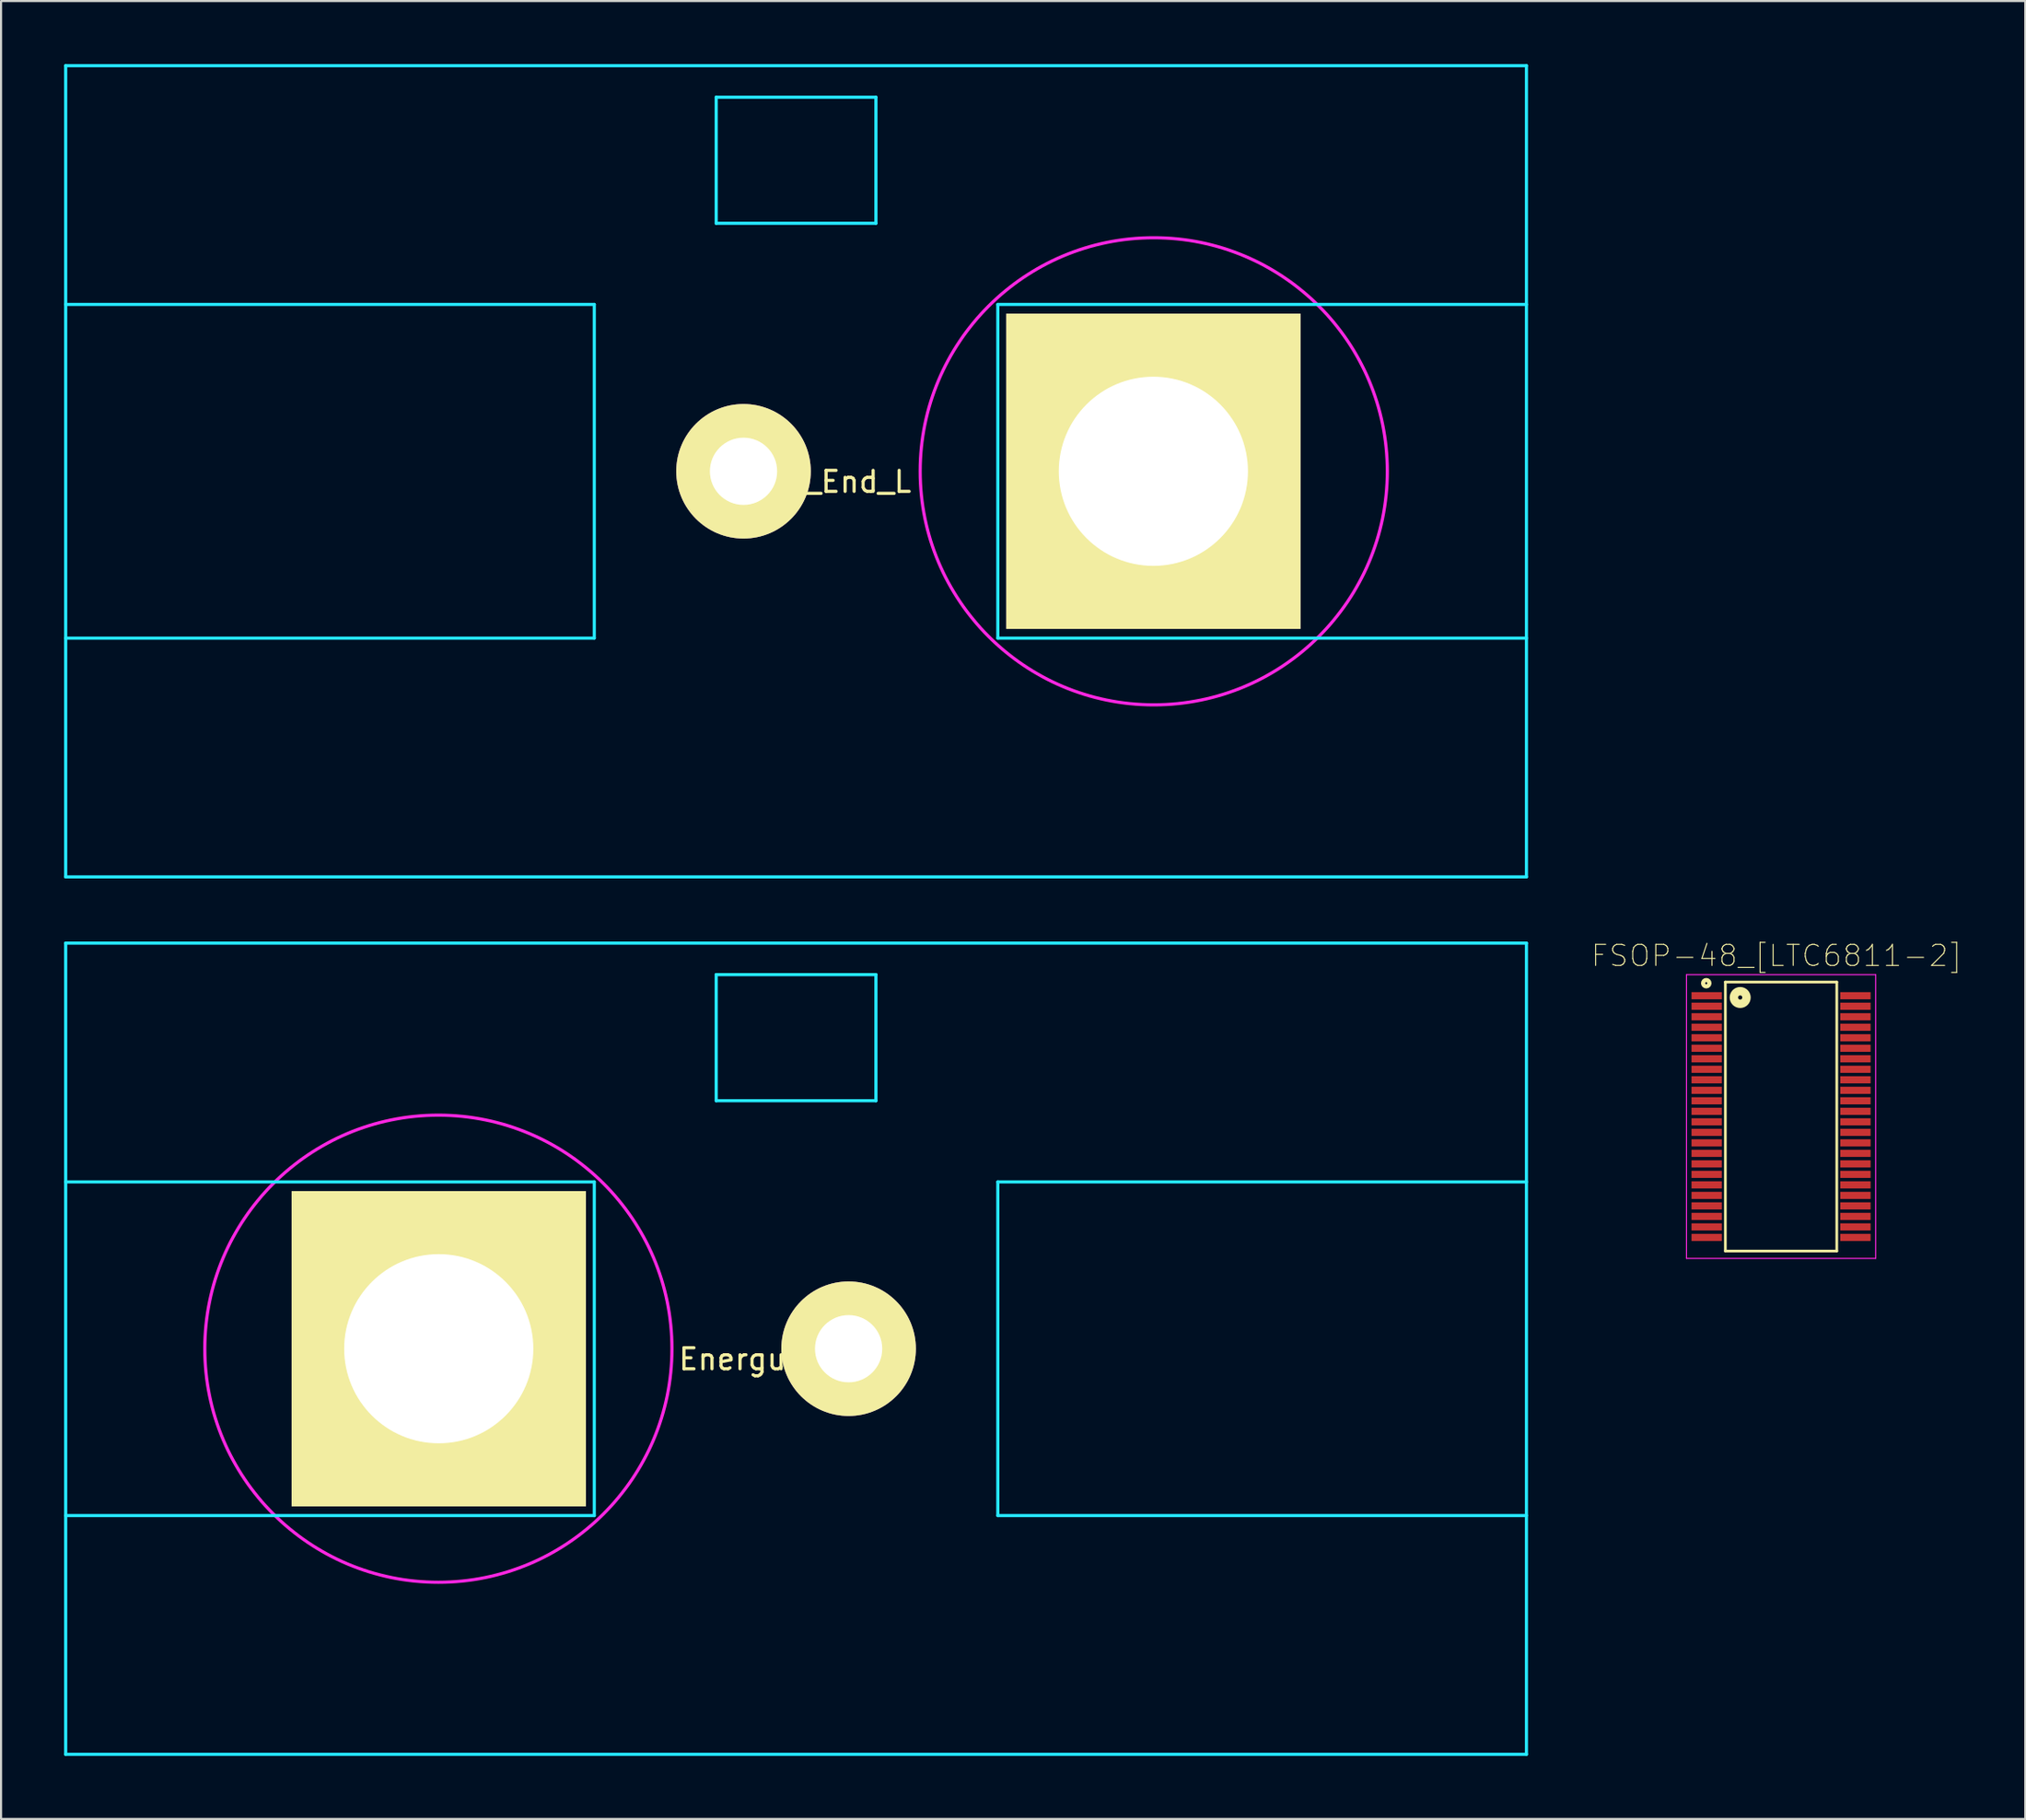
<source format=kicad_pcb>
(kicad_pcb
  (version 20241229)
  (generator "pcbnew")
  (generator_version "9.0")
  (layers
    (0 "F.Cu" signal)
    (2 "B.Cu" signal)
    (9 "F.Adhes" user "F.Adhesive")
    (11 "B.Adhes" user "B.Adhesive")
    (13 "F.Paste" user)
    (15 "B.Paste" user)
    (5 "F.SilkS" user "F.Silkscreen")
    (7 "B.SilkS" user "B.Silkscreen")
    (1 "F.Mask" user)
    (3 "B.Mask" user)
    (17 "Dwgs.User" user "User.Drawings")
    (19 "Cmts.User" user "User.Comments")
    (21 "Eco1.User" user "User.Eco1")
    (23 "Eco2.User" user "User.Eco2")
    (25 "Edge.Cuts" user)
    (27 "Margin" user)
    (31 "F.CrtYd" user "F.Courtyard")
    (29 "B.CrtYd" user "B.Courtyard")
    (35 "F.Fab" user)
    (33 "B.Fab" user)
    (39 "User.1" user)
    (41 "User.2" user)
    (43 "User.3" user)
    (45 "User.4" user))
  (footprint "Energus_End_L"
    (layer "F.Cu")
    (at 34.825 19.375)
    (property "Reference" "Energus_End_L" (at 0 0.5 0) (layer "F.SilkS") (effects (font (size 1 1) (thickness 0.15))))
    (attr through_hole)
    (fp_line (start -34.75 -19.3) (end 34.75 -19.3) (stroke (width 0.15) (type solid)) (layer "B.CrtYd"))
    (fp_line (start -34.75 -7.938) (end -9.6 -7.938) (stroke (width 0.15) (type solid)) (layer "B.CrtYd"))
    (fp_line (start -34.75 7.938) (end -9.6 7.938) (stroke (width 0.15) (type solid)) (layer "B.CrtYd"))
    (fp_line (start -34.75 19.3) (end -34.75 -19.3) (stroke (width 0.15) (type solid)) (layer "B.CrtYd"))
    (fp_line (start -34.75 19.3) (end 34.75 19.3) (stroke (width 0.15) (type solid)) (layer "B.CrtYd"))
    (fp_line (start -9.6 -7.938) (end -9.6 7.938) (stroke (width 0.15) (type solid)) (layer "B.CrtYd"))
    (fp_line (start -3.8 -11.8) (end -3.8 -17.8) (stroke (width 0.15) (type solid)) (layer "B.CrtYd"))
    (fp_line (start 3.8 -17.8) (end -3.8 -17.8) (stroke (width 0.15) (type solid)) (layer "B.CrtYd"))
    (fp_line (start 3.8 -17.8) (end 3.8 -11.8) (stroke (width 0.15) (type solid)) (layer "B.CrtYd"))
    (fp_line (start 3.8 -11.8) (end -3.8 -11.8) (stroke (width 0.15) (type solid)) (layer "B.CrtYd"))
    (fp_line (start 9.6 7.938) (end 9.6 -7.938) (stroke (width 0.15) (type solid)) (layer "B.CrtYd"))
    (fp_line (start 34.75 -7.938) (end 9.6 -7.938) (stroke (width 0.15) (type solid)) (layer "B.CrtYd"))
    (fp_line (start 34.75 7.938) (end 9.6 7.938) (stroke (width 0.15) (type solid)) (layer "B.CrtYd"))
    (fp_line (start 34.75 19.3) (end 34.75 -19.3) (stroke (width 0.15) (type solid)) (layer "B.CrtYd"))
    (fp_circle (center 17.018 0) (end 28.131 0) (stroke (width 0.15) (type solid)) (fill no) (layer "F.CrtYd"))
    (pad "1" thru_hole rect (at 17 0) (size 14 15) (drill 9) (layers "B.Cu" "B.Mask" "F.SilkS"))
    (pad "2" thru_hole circle (at -2.5 0) (size 6.4 6.4) (drill 3.2) (layers "B.Cu" "B.Mask" "F.SilkS")))
  (footprint "FSOP-48_[LTC6811-2]"
    (layer "F.Cu")
    (at 81.69 50.078)
    (property "Reference" "FSOP-48_[LTC6811-2]" (at -0.211 -7.653 0) (layer "F.SilkS") (effects (font (size 1.002 1.002) (thickness 0.05))))
    (attr smd)
    (fp_line (start -2.65 -6.4) (end 2.65 -6.4) (stroke (width 0.127) (type solid)) (layer "F.SilkS"))
    (fp_line (start -2.65 6.4) (end -2.65 -6.4) (stroke (width 0.127) (type solid)) (layer "F.SilkS"))
    (fp_line (start -2.65 6.4) (end 2.65 6.4) (stroke (width 0.127) (type solid)) (layer "F.SilkS"))
    (fp_line (start 2.65 -6.4) (end 2.65 6.4) (stroke (width 0.127) (type solid)) (layer "F.SilkS"))
    (fp_circle (center -3.56 -6.345) (end -3.51 -6.345) (stroke (width 0.2) (type solid)) (fill no) (layer "F.SilkS"))
    (fp_circle (center -1.945 -5.665) (end -1.845 -5.665) (stroke (width 0.4) (type solid)) (fill no) (layer "F.SilkS"))
    (fp_line (start -2.65 -6.4) (end 2.65 -6.4) (stroke (width 0.127) (type solid)) (layer "Eco2.User"))
    (fp_line (start 2.65 6.4) (end -2.65 6.4) (stroke (width 0.127) (type solid)) (layer "Eco2.User"))
    (fp_line (start -4.5 -6.75) (end 4.5 -6.75) (stroke (width 0.05) (type solid)) (layer "F.CrtYd"))
    (fp_line (start -4.5 6.75) (end -4.5 -6.75) (stroke (width 0.05) (type solid)) (layer "F.CrtYd"))
    (fp_line (start 4.5 -6.75) (end 4.5 6.75) (stroke (width 0.05) (type solid)) (layer "F.CrtYd"))
    (fp_line (start 4.5 6.75) (end -4.5 6.75) (stroke (width 0.05) (type solid)) (layer "F.CrtYd"))
    (pad "1" smd rect (at -3.54 -5.75) (size 1.44 0.34) (layers "F.Cu" "F.Mask" "F.Paste"))
    (pad "2" smd rect (at -3.54 -5.25) (size 1.44 0.34) (layers "F.Cu" "F.Mask" "F.Paste"))
    (pad "3" smd rect (at -3.54 -4.75) (size 1.44 0.34) (layers "F.Cu" "F.Mask" "F.Paste"))
    (pad "4" smd rect (at -3.54 -4.25) (size 1.44 0.34) (layers "F.Cu" "F.Mask" "F.Paste"))
    (pad "5" smd rect (at -3.54 -3.75) (size 1.44 0.34) (layers "F.Cu" "F.Mask" "F.Paste"))
    (pad "6" smd rect (at -3.54 -3.25) (size 1.44 0.34) (layers "F.Cu" "F.Mask" "F.Paste"))
    (pad "7" smd rect (at -3.54 -2.75) (size 1.44 0.34) (layers "F.Cu" "F.Mask" "F.Paste"))
    (pad "8" smd rect (at -3.54 -2.25) (size 1.44 0.34) (layers "F.Cu" "F.Mask" "F.Paste"))
    (pad "9" smd rect (at -3.54 -1.75) (size 1.44 0.34) (layers "F.Cu" "F.Mask" "F.Paste"))
    (pad "10" smd rect (at -3.54 -1.25) (size 1.44 0.34) (layers "F.Cu" "F.Mask" "F.Paste"))
    (pad "11" smd rect (at -3.54 -0.75) (size 1.44 0.34) (layers "F.Cu" "F.Mask" "F.Paste"))
    (pad "12" smd rect (at -3.54 -0.25) (size 1.44 0.34) (layers "F.Cu" "F.Mask" "F.Paste"))
    (pad "13" smd rect (at -3.54 0.25) (size 1.44 0.34) (layers "F.Cu" "F.Mask" "F.Paste"))
    (pad "14" smd rect (at -3.54 0.75) (size 1.44 0.34) (layers "F.Cu" "F.Mask" "F.Paste"))
    (pad "15" smd rect (at -3.54 1.25) (size 1.44 0.34) (layers "F.Cu" "F.Mask" "F.Paste"))
    (pad "16" smd rect (at -3.54 1.75) (size 1.44 0.34) (layers "F.Cu" "F.Mask" "F.Paste"))
    (pad "17" smd rect (at -3.54 2.25) (size 1.44 0.34) (layers "F.Cu" "F.Mask" "F.Paste"))
    (pad "18" smd rect (at -3.54 2.75) (size 1.44 0.34) (layers "F.Cu" "F.Mask" "F.Paste"))
    (pad "19" smd rect (at -3.54 3.25) (size 1.44 0.34) (layers "F.Cu" "F.Mask" "F.Paste"))
    (pad "20" smd rect (at -3.54 3.75) (size 1.44 0.34) (layers "F.Cu" "F.Mask" "F.Paste"))
    (pad "21" smd rect (at -3.54 4.25) (size 1.44 0.34) (layers "F.Cu" "F.Mask" "F.Paste"))
    (pad "22" smd rect (at -3.54 4.75) (size 1.44 0.34) (layers "F.Cu" "F.Mask" "F.Paste"))
    (pad "23" smd rect (at -3.54 5.25) (size 1.44 0.34) (layers "F.Cu" "F.Mask" "F.Paste"))
    (pad "24" smd rect (at -3.54 5.75) (size 1.44 0.34) (layers "F.Cu" "F.Mask" "F.Paste"))
    (pad "25" smd rect (at 3.54 5.75) (size 1.44 0.34) (layers "F.Cu" "F.Mask" "F.Paste"))
    (pad "26" smd rect (at 3.54 5.25) (size 1.44 0.34) (layers "F.Cu" "F.Mask" "F.Paste"))
    (pad "27" smd rect (at 3.54 4.75) (size 1.44 0.34) (layers "F.Cu" "F.Mask" "F.Paste"))
    (pad "28" smd rect (at 3.54 4.25) (size 1.44 0.34) (layers "F.Cu" "F.Mask" "F.Paste"))
    (pad "29" smd rect (at 3.54 3.75) (size 1.44 0.34) (layers "F.Cu" "F.Mask" "F.Paste"))
    (pad "30" smd rect (at 3.54 3.25) (size 1.44 0.34) (layers "F.Cu" "F.Mask" "F.Paste"))
    (pad "31" smd rect (at 3.54 2.75) (size 1.44 0.34) (layers "F.Cu" "F.Mask" "F.Paste"))
    (pad "32" smd rect (at 3.54 2.25) (size 1.44 0.34) (layers "F.Cu" "F.Mask" "F.Paste"))
    (pad "33" smd rect (at 3.54 1.75) (size 1.44 0.34) (layers "F.Cu" "F.Mask" "F.Paste"))
    (pad "34" smd rect (at 3.54 1.25) (size 1.44 0.34) (layers "F.Cu" "F.Mask" "F.Paste"))
    (pad "35" smd rect (at 3.54 0.75) (size 1.44 0.34) (layers "F.Cu" "F.Mask" "F.Paste"))
    (pad "36" smd rect (at 3.54 0.25) (size 1.44 0.34) (layers "F.Cu" "F.Mask" "F.Paste"))
    (pad "37" smd rect (at 3.54 -0.25) (size 1.44 0.34) (layers "F.Cu" "F.Mask" "F.Paste"))
    (pad "38" smd rect (at 3.54 -0.75) (size 1.44 0.34) (layers "F.Cu" "F.Mask" "F.Paste"))
    (pad "39" smd rect (at 3.54 -1.25) (size 1.44 0.34) (layers "F.Cu" "F.Mask" "F.Paste"))
    (pad "40" smd rect (at 3.54 -1.75) (size 1.44 0.34) (layers "F.Cu" "F.Mask" "F.Paste"))
    (pad "41" smd rect (at 3.54 -2.25) (size 1.44 0.34) (layers "F.Cu" "F.Mask" "F.Paste"))
    (pad "42" smd rect (at 3.54 -2.75) (size 1.44 0.34) (layers "F.Cu" "F.Mask" "F.Paste"))
    (pad "43" smd rect (at 3.54 -3.25) (size 1.44 0.34) (layers "F.Cu" "F.Mask" "F.Paste"))
    (pad "44" smd rect (at 3.54 -3.75) (size 1.44 0.34) (layers "F.Cu" "F.Mask" "F.Paste"))
    (pad "45" smd rect (at 3.54 -4.25) (size 1.44 0.34) (layers "F.Cu" "F.Mask" "F.Paste"))
    (pad "46" smd rect (at 3.54 -4.75) (size 1.44 0.34) (layers "F.Cu" "F.Mask" "F.Paste"))
    (pad "47" smd rect (at 3.54 -5.25) (size 1.44 0.34) (layers "F.Cu" "F.Mask" "F.Paste"))
    (pad "48" smd rect (at 3.54 -5.75) (size 1.44 0.34) (layers "F.Cu" "F.Mask" "F.Paste")))
  (footprint "Energus_End_R"
    (layer "F.Cu")
    (at 34.825 61.125)
    (property "Reference" "Energus_End_R" (at 0 0.5 0) (layer "F.SilkS") (effects (font (size 1 1) (thickness 0.15))))
    (attr through_hole)
    (fp_line (start -34.75 -19.3) (end 34.75 -19.3) (stroke (width 0.15) (type solid)) (layer "B.CrtYd"))
    (fp_line (start -34.75 -7.938) (end -9.6 -7.938) (stroke (width 0.15) (type solid)) (layer "B.CrtYd"))
    (fp_line (start -34.75 7.938) (end -9.6 7.938) (stroke (width 0.15) (type solid)) (layer "B.CrtYd"))
    (fp_line (start -34.75 19.3) (end -34.75 -19.3) (stroke (width 0.15) (type solid)) (layer "B.CrtYd"))
    (fp_line (start -34.75 19.3) (end 34.75 19.3) (stroke (width 0.15) (type solid)) (layer "B.CrtYd"))
    (fp_line (start -9.6 -7.938) (end -9.6 7.938) (stroke (width 0.15) (type solid)) (layer "B.CrtYd"))
    (fp_line (start -3.8 -11.8) (end -3.8 -17.8) (stroke (width 0.15) (type solid)) (layer "B.CrtYd"))
    (fp_line (start 3.8 -17.8) (end -3.8 -17.8) (stroke (width 0.15) (type solid)) (layer "B.CrtYd"))
    (fp_line (start 3.8 -17.8) (end 3.8 -11.8) (stroke (width 0.15) (type solid)) (layer "B.CrtYd"))
    (fp_line (start 3.8 -11.8) (end -3.8 -11.8) (stroke (width 0.15) (type solid)) (layer "B.CrtYd"))
    (fp_line (start 9.6 7.938) (end 9.6 -7.938) (stroke (width 0.15) (type solid)) (layer "B.CrtYd"))
    (fp_line (start 34.75 -7.938) (end 9.6 -7.938) (stroke (width 0.15) (type solid)) (layer "B.CrtYd"))
    (fp_line (start 34.75 7.938) (end 9.6 7.938) (stroke (width 0.15) (type solid)) (layer "B.CrtYd"))
    (fp_line (start 34.75 19.3) (end 34.75 -19.3) (stroke (width 0.15) (type solid)) (layer "B.CrtYd"))
    (fp_circle (center -17.018 0) (end -5.905 0) (stroke (width 0.15) (type solid)) (fill no) (layer "F.CrtYd"))
    (pad "1" thru_hole circle (at 2.5 0) (size 6.4 6.4) (drill 3.2) (layers "B.Cu" "B.Mask" "F.SilkS"))
    (pad "2" thru_hole rect (at -17 0) (size 14 15) (drill 9) (layers "B.Cu" "B.Mask" "F.SilkS")))
  (gr_rect
    (start -3 -3)
    (end 93.309 83.5)
    (stroke (width 0.1) (type default))
    (fill no)
    (layer "Edge.Cuts")))
</source>
